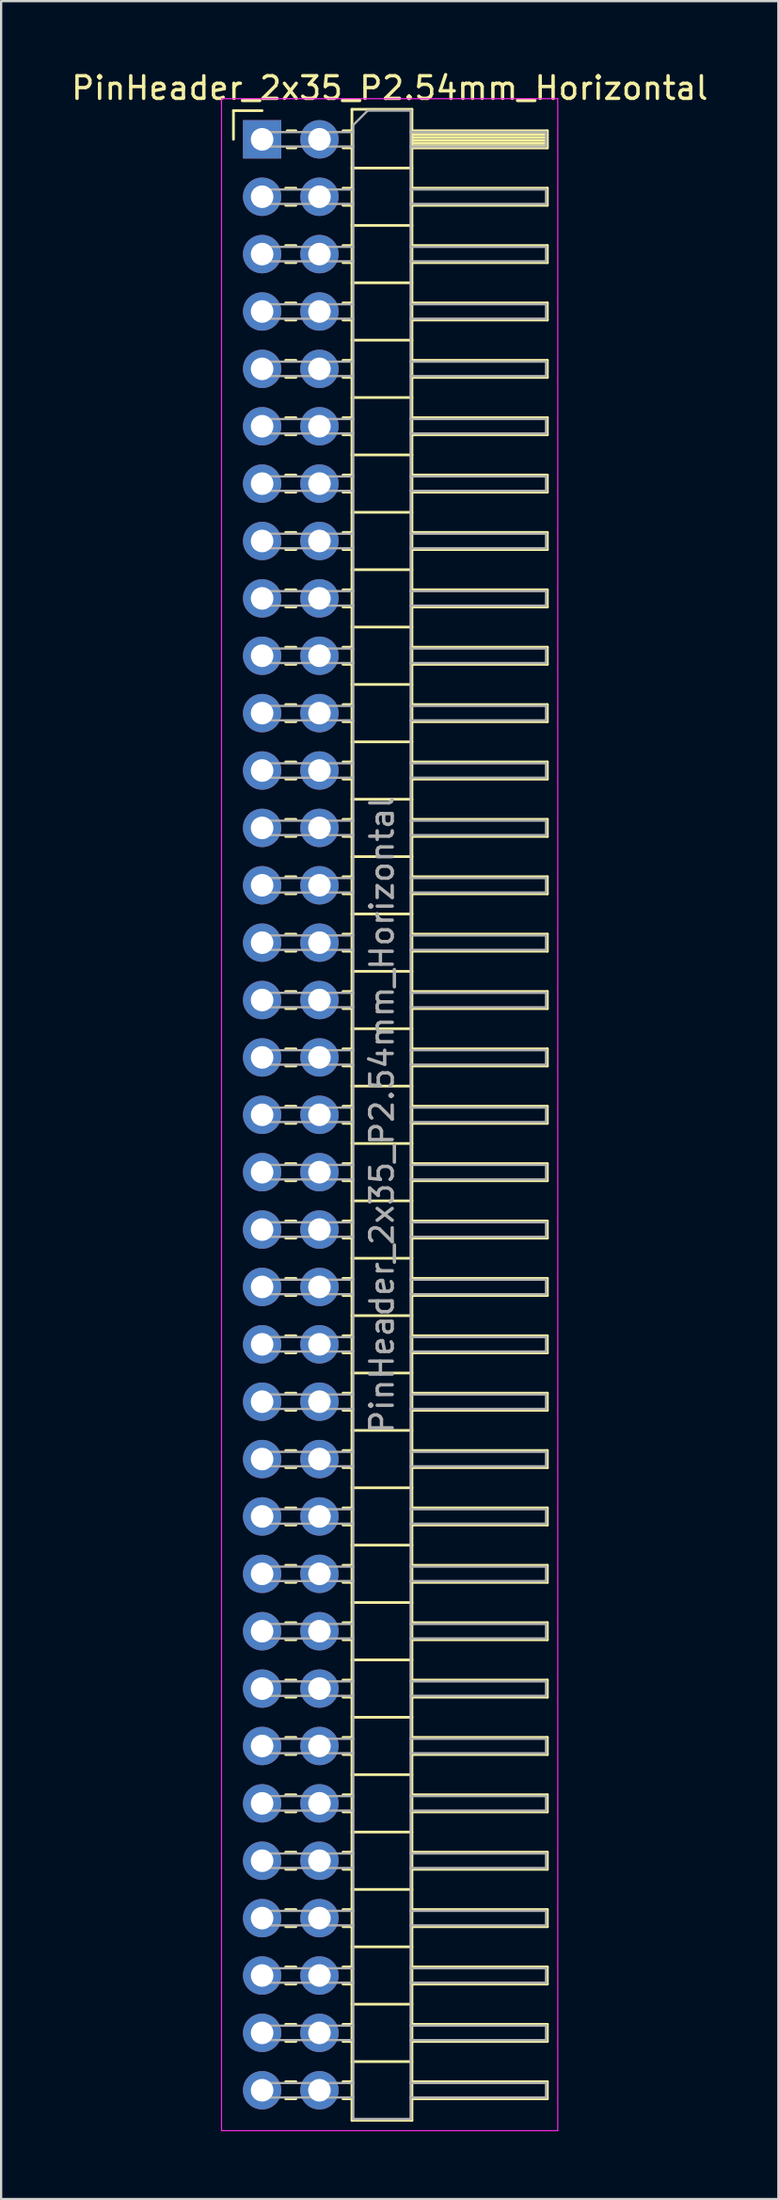
<source format=kicad_pcb>
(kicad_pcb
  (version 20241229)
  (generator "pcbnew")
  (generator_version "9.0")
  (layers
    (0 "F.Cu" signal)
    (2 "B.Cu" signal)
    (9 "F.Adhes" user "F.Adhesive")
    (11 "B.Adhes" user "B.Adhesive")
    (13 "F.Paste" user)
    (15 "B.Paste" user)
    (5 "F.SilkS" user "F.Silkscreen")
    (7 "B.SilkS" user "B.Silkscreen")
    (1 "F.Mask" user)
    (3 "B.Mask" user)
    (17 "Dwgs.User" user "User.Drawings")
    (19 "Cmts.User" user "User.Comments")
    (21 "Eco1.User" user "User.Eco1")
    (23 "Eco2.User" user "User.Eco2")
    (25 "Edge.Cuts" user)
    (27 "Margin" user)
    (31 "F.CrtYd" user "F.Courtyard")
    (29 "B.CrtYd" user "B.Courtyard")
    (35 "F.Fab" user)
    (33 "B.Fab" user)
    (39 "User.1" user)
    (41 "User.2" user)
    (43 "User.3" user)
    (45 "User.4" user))
  (footprint "PinHeader_2x35_P2.54mm_Horizontal"
    (layer "F.Cu")
    (at 8.565 3.118)
    (property "Reference" "PinHeader_2x35_P2.54mm_Horizontal" (at 5.655 -2.27 0) (layer "F.SilkS") (effects (font (size 1 1) (thickness 0.15))))
    (attr through_hole)
    (fp_line (start -1.27 -1.27) (end 0 -1.27) (stroke (width 0.12) (type solid)) (layer "F.SilkS"))
    (fp_line (start -1.27 0) (end -1.27 -1.27) (stroke (width 0.12) (type solid)) (layer "F.SilkS"))
    (fp_line (start 1.043 2.16) (end 1.497 2.16) (stroke (width 0.12) (type solid)) (layer "F.SilkS"))
    (fp_line (start 1.043 2.92) (end 1.497 2.92) (stroke (width 0.12) (type solid)) (layer "F.SilkS"))
    (fp_line (start 1.043 4.7) (end 1.497 4.7) (stroke (width 0.12) (type solid)) (layer "F.SilkS"))
    (fp_line (start 1.043 5.46) (end 1.497 5.46) (stroke (width 0.12) (type solid)) (layer "F.SilkS"))
    (fp_line (start 1.043 7.24) (end 1.497 7.24) (stroke (width 0.12) (type solid)) (layer "F.SilkS"))
    (fp_line (start 1.043 8) (end 1.497 8) (stroke (width 0.12) (type solid)) (layer "F.SilkS"))
    (fp_line (start 1.043 9.78) (end 1.497 9.78) (stroke (width 0.12) (type solid)) (layer "F.SilkS"))
    (fp_line (start 1.043 10.54) (end 1.497 10.54) (stroke (width 0.12) (type solid)) (layer "F.SilkS"))
    (fp_line (start 1.043 12.32) (end 1.497 12.32) (stroke (width 0.12) (type solid)) (layer "F.SilkS"))
    (fp_line (start 1.043 13.08) (end 1.497 13.08) (stroke (width 0.12) (type solid)) (layer "F.SilkS"))
    (fp_line (start 1.043 14.86) (end 1.497 14.86) (stroke (width 0.12) (type solid)) (layer "F.SilkS"))
    (fp_line (start 1.043 15.62) (end 1.497 15.62) (stroke (width 0.12) (type solid)) (layer "F.SilkS"))
    (fp_line (start 1.043 17.4) (end 1.497 17.4) (stroke (width 0.12) (type solid)) (layer "F.SilkS"))
    (fp_line (start 1.043 18.16) (end 1.497 18.16) (stroke (width 0.12) (type solid)) (layer "F.SilkS"))
    (fp_line (start 1.043 19.94) (end 1.497 19.94) (stroke (width 0.12) (type solid)) (layer "F.SilkS"))
    (fp_line (start 1.043 20.7) (end 1.497 20.7) (stroke (width 0.12) (type solid)) (layer "F.SilkS"))
    (fp_line (start 1.043 22.48) (end 1.497 22.48) (stroke (width 0.12) (type solid)) (layer "F.SilkS"))
    (fp_line (start 1.043 23.24) (end 1.497 23.24) (stroke (width 0.12) (type solid)) (layer "F.SilkS"))
    (fp_line (start 1.043 25.02) (end 1.497 25.02) (stroke (width 0.12) (type solid)) (layer "F.SilkS"))
    (fp_line (start 1.043 25.78) (end 1.497 25.78) (stroke (width 0.12) (type solid)) (layer "F.SilkS"))
    (fp_line (start 1.043 27.56) (end 1.497 27.56) (stroke (width 0.12) (type solid)) (layer "F.SilkS"))
    (fp_line (start 1.043 28.32) (end 1.497 28.32) (stroke (width 0.12) (type solid)) (layer "F.SilkS"))
    (fp_line (start 1.043 30.1) (end 1.497 30.1) (stroke (width 0.12) (type solid)) (layer "F.SilkS"))
    (fp_line (start 1.043 30.86) (end 1.497 30.86) (stroke (width 0.12) (type solid)) (layer "F.SilkS"))
    (fp_line (start 1.043 32.64) (end 1.497 32.64) (stroke (width 0.12) (type solid)) (layer "F.SilkS"))
    (fp_line (start 1.043 33.4) (end 1.497 33.4) (stroke (width 0.12) (type solid)) (layer "F.SilkS"))
    (fp_line (start 1.043 35.18) (end 1.497 35.18) (stroke (width 0.12) (type solid)) (layer "F.SilkS"))
    (fp_line (start 1.043 35.94) (end 1.497 35.94) (stroke (width 0.12) (type solid)) (layer "F.SilkS"))
    (fp_line (start 1.043 37.72) (end 1.497 37.72) (stroke (width 0.12) (type solid)) (layer "F.SilkS"))
    (fp_line (start 1.043 38.48) (end 1.497 38.48) (stroke (width 0.12) (type solid)) (layer "F.SilkS"))
    (fp_line (start 1.043 40.26) (end 1.497 40.26) (stroke (width 0.12) (type solid)) (layer "F.SilkS"))
    (fp_line (start 1.043 41.02) (end 1.497 41.02) (stroke (width 0.12) (type solid)) (layer "F.SilkS"))
    (fp_line (start 1.043 42.8) (end 1.497 42.8) (stroke (width 0.12) (type solid)) (layer "F.SilkS"))
    (fp_line (start 1.043 43.56) (end 1.497 43.56) (stroke (width 0.12) (type solid)) (layer "F.SilkS"))
    (fp_line (start 1.043 45.34) (end 1.497 45.34) (stroke (width 0.12) (type solid)) (layer "F.SilkS"))
    (fp_line (start 1.043 46.1) (end 1.497 46.1) (stroke (width 0.12) (type solid)) (layer "F.SilkS"))
    (fp_line (start 1.043 47.88) (end 1.497 47.88) (stroke (width 0.12) (type solid)) (layer "F.SilkS"))
    (fp_line (start 1.043 48.64) (end 1.497 48.64) (stroke (width 0.12) (type solid)) (layer "F.SilkS"))
    (fp_line (start 1.043 50.42) (end 1.497 50.42) (stroke (width 0.12) (type solid)) (layer "F.SilkS"))
    (fp_line (start 1.043 51.18) (end 1.497 51.18) (stroke (width 0.12) (type solid)) (layer "F.SilkS"))
    (fp_line (start 1.043 52.96) (end 1.497 52.96) (stroke (width 0.12) (type solid)) (layer "F.SilkS"))
    (fp_line (start 1.043 53.72) (end 1.497 53.72) (stroke (width 0.12) (type solid)) (layer "F.SilkS"))
    (fp_line (start 1.043 55.5) (end 1.497 55.5) (stroke (width 0.12) (type solid)) (layer "F.SilkS"))
    (fp_line (start 1.043 56.26) (end 1.497 56.26) (stroke (width 0.12) (type solid)) (layer "F.SilkS"))
    (fp_line (start 1.043 58.04) (end 1.497 58.04) (stroke (width 0.12) (type solid)) (layer "F.SilkS"))
    (fp_line (start 1.043 58.8) (end 1.497 58.8) (stroke (width 0.12) (type solid)) (layer "F.SilkS"))
    (fp_line (start 1.043 60.58) (end 1.497 60.58) (stroke (width 0.12) (type solid)) (layer "F.SilkS"))
    (fp_line (start 1.043 61.34) (end 1.497 61.34) (stroke (width 0.12) (type solid)) (layer "F.SilkS"))
    (fp_line (start 1.043 63.12) (end 1.497 63.12) (stroke (width 0.12) (type solid)) (layer "F.SilkS"))
    (fp_line (start 1.043 63.88) (end 1.497 63.88) (stroke (width 0.12) (type solid)) (layer "F.SilkS"))
    (fp_line (start 1.043 65.66) (end 1.497 65.66) (stroke (width 0.12) (type solid)) (layer "F.SilkS"))
    (fp_line (start 1.043 66.42) (end 1.497 66.42) (stroke (width 0.12) (type solid)) (layer "F.SilkS"))
    (fp_line (start 1.043 68.2) (end 1.497 68.2) (stroke (width 0.12) (type solid)) (layer "F.SilkS"))
    (fp_line (start 1.043 68.96) (end 1.497 68.96) (stroke (width 0.12) (type solid)) (layer "F.SilkS"))
    (fp_line (start 1.043 70.74) (end 1.497 70.74) (stroke (width 0.12) (type solid)) (layer "F.SilkS"))
    (fp_line (start 1.043 71.5) (end 1.497 71.5) (stroke (width 0.12) (type solid)) (layer "F.SilkS"))
    (fp_line (start 1.043 73.28) (end 1.497 73.28) (stroke (width 0.12) (type solid)) (layer "F.SilkS"))
    (fp_line (start 1.043 74.04) (end 1.497 74.04) (stroke (width 0.12) (type solid)) (layer "F.SilkS"))
    (fp_line (start 1.043 75.82) (end 1.497 75.82) (stroke (width 0.12) (type solid)) (layer "F.SilkS"))
    (fp_line (start 1.043 76.58) (end 1.497 76.58) (stroke (width 0.12) (type solid)) (layer "F.SilkS"))
    (fp_line (start 1.043 78.36) (end 1.497 78.36) (stroke (width 0.12) (type solid)) (layer "F.SilkS"))
    (fp_line (start 1.043 79.12) (end 1.497 79.12) (stroke (width 0.12) (type solid)) (layer "F.SilkS"))
    (fp_line (start 1.043 80.9) (end 1.497 80.9) (stroke (width 0.12) (type solid)) (layer "F.SilkS"))
    (fp_line (start 1.043 81.66) (end 1.497 81.66) (stroke (width 0.12) (type solid)) (layer "F.SilkS"))
    (fp_line (start 1.043 83.44) (end 1.497 83.44) (stroke (width 0.12) (type solid)) (layer "F.SilkS"))
    (fp_line (start 1.043 84.2) (end 1.497 84.2) (stroke (width 0.12) (type solid)) (layer "F.SilkS"))
    (fp_line (start 1.043 85.98) (end 1.497 85.98) (stroke (width 0.12) (type solid)) (layer "F.SilkS"))
    (fp_line (start 1.043 86.74) (end 1.497 86.74) (stroke (width 0.12) (type solid)) (layer "F.SilkS"))
    (fp_line (start 1.11 -0.38) (end 1.497 -0.38) (stroke (width 0.12) (type solid)) (layer "F.SilkS"))
    (fp_line (start 1.11 0.38) (end 1.497 0.38) (stroke (width 0.12) (type solid)) (layer "F.SilkS"))
    (fp_line (start 3.583 -0.38) (end 3.98 -0.38) (stroke (width 0.12) (type solid)) (layer "F.SilkS"))
    (fp_line (start 3.583 0.38) (end 3.98 0.38) (stroke (width 0.12) (type solid)) (layer "F.SilkS"))
    (fp_line (start 3.583 2.16) (end 3.98 2.16) (stroke (width 0.12) (type solid)) (layer "F.SilkS"))
    (fp_line (start 3.583 2.92) (end 3.98 2.92) (stroke (width 0.12) (type solid)) (layer "F.SilkS"))
    (fp_line (start 3.583 4.7) (end 3.98 4.7) (stroke (width 0.12) (type solid)) (layer "F.SilkS"))
    (fp_line (start 3.583 5.46) (end 3.98 5.46) (stroke (width 0.12) (type solid)) (layer "F.SilkS"))
    (fp_line (start 3.583 7.24) (end 3.98 7.24) (stroke (width 0.12) (type solid)) (layer "F.SilkS"))
    (fp_line (start 3.583 8) (end 3.98 8) (stroke (width 0.12) (type solid)) (layer "F.SilkS"))
    (fp_line (start 3.583 9.78) (end 3.98 9.78) (stroke (width 0.12) (type solid)) (layer "F.SilkS"))
    (fp_line (start 3.583 10.54) (end 3.98 10.54) (stroke (width 0.12) (type solid)) (layer "F.SilkS"))
    (fp_line (start 3.583 12.32) (end 3.98 12.32) (stroke (width 0.12) (type solid)) (layer "F.SilkS"))
    (fp_line (start 3.583 13.08) (end 3.98 13.08) (stroke (width 0.12) (type solid)) (layer "F.SilkS"))
    (fp_line (start 3.583 14.86) (end 3.98 14.86) (stroke (width 0.12) (type solid)) (layer "F.SilkS"))
    (fp_line (start 3.583 15.62) (end 3.98 15.62) (stroke (width 0.12) (type solid)) (layer "F.SilkS"))
    (fp_line (start 3.583 17.4) (end 3.98 17.4) (stroke (width 0.12) (type solid)) (layer "F.SilkS"))
    (fp_line (start 3.583 18.16) (end 3.98 18.16) (stroke (width 0.12) (type solid)) (layer "F.SilkS"))
    (fp_line (start 3.583 19.94) (end 3.98 19.94) (stroke (width 0.12) (type solid)) (layer "F.SilkS"))
    (fp_line (start 3.583 20.7) (end 3.98 20.7) (stroke (width 0.12) (type solid)) (layer "F.SilkS"))
    (fp_line (start 3.583 22.48) (end 3.98 22.48) (stroke (width 0.12) (type solid)) (layer "F.SilkS"))
    (fp_line (start 3.583 23.24) (end 3.98 23.24) (stroke (width 0.12) (type solid)) (layer "F.SilkS"))
    (fp_line (start 3.583 25.02) (end 3.98 25.02) (stroke (width 0.12) (type solid)) (layer "F.SilkS"))
    (fp_line (start 3.583 25.78) (end 3.98 25.78) (stroke (width 0.12) (type solid)) (layer "F.SilkS"))
    (fp_line (start 3.583 27.56) (end 3.98 27.56) (stroke (width 0.12) (type solid)) (layer "F.SilkS"))
    (fp_line (start 3.583 28.32) (end 3.98 28.32) (stroke (width 0.12) (type solid)) (layer "F.SilkS"))
    (fp_line (start 3.583 30.1) (end 3.98 30.1) (stroke (width 0.12) (type solid)) (layer "F.SilkS"))
    (fp_line (start 3.583 30.86) (end 3.98 30.86) (stroke (width 0.12) (type solid)) (layer "F.SilkS"))
    (fp_line (start 3.583 32.64) (end 3.98 32.64) (stroke (width 0.12) (type solid)) (layer "F.SilkS"))
    (fp_line (start 3.583 33.4) (end 3.98 33.4) (stroke (width 0.12) (type solid)) (layer "F.SilkS"))
    (fp_line (start 3.583 35.18) (end 3.98 35.18) (stroke (width 0.12) (type solid)) (layer "F.SilkS"))
    (fp_line (start 3.583 35.94) (end 3.98 35.94) (stroke (width 0.12) (type solid)) (layer "F.SilkS"))
    (fp_line (start 3.583 37.72) (end 3.98 37.72) (stroke (width 0.12) (type solid)) (layer "F.SilkS"))
    (fp_line (start 3.583 38.48) (end 3.98 38.48) (stroke (width 0.12) (type solid)) (layer "F.SilkS"))
    (fp_line (start 3.583 40.26) (end 3.98 40.26) (stroke (width 0.12) (type solid)) (layer "F.SilkS"))
    (fp_line (start 3.583 41.02) (end 3.98 41.02) (stroke (width 0.12) (type solid)) (layer "F.SilkS"))
    (fp_line (start 3.583 42.8) (end 3.98 42.8) (stroke (width 0.12) (type solid)) (layer "F.SilkS"))
    (fp_line (start 3.583 43.56) (end 3.98 43.56) (stroke (width 0.12) (type solid)) (layer "F.SilkS"))
    (fp_line (start 3.583 45.34) (end 3.98 45.34) (stroke (width 0.12) (type solid)) (layer "F.SilkS"))
    (fp_line (start 3.583 46.1) (end 3.98 46.1) (stroke (width 0.12) (type solid)) (layer "F.SilkS"))
    (fp_line (start 3.583 47.88) (end 3.98 47.88) (stroke (width 0.12) (type solid)) (layer "F.SilkS"))
    (fp_line (start 3.583 48.64) (end 3.98 48.64) (stroke (width 0.12) (type solid)) (layer "F.SilkS"))
    (fp_line (start 3.583 50.42) (end 3.98 50.42) (stroke (width 0.12) (type solid)) (layer "F.SilkS"))
    (fp_line (start 3.583 51.18) (end 3.98 51.18) (stroke (width 0.12) (type solid)) (layer "F.SilkS"))
    (fp_line (start 3.583 52.96) (end 3.98 52.96) (stroke (width 0.12) (type solid)) (layer "F.SilkS"))
    (fp_line (start 3.583 53.72) (end 3.98 53.72) (stroke (width 0.12) (type solid)) (layer "F.SilkS"))
    (fp_line (start 3.583 55.5) (end 3.98 55.5) (stroke (width 0.12) (type solid)) (layer "F.SilkS"))
    (fp_line (start 3.583 56.26) (end 3.98 56.26) (stroke (width 0.12) (type solid)) (layer "F.SilkS"))
    (fp_line (start 3.583 58.04) (end 3.98 58.04) (stroke (width 0.12) (type solid)) (layer "F.SilkS"))
    (fp_line (start 3.583 58.8) (end 3.98 58.8) (stroke (width 0.12) (type solid)) (layer "F.SilkS"))
    (fp_line (start 3.583 60.58) (end 3.98 60.58) (stroke (width 0.12) (type solid)) (layer "F.SilkS"))
    (fp_line (start 3.583 61.34) (end 3.98 61.34) (stroke (width 0.12) (type solid)) (layer "F.SilkS"))
    (fp_line (start 3.583 63.12) (end 3.98 63.12) (stroke (width 0.12) (type solid)) (layer "F.SilkS"))
    (fp_line (start 3.583 63.88) (end 3.98 63.88) (stroke (width 0.12) (type solid)) (layer "F.SilkS"))
    (fp_line (start 3.583 65.66) (end 3.98 65.66) (stroke (width 0.12) (type solid)) (layer "F.SilkS"))
    (fp_line (start 3.583 66.42) (end 3.98 66.42) (stroke (width 0.12) (type solid)) (layer "F.SilkS"))
    (fp_line (start 3.583 68.2) (end 3.98 68.2) (stroke (width 0.12) (type solid)) (layer "F.SilkS"))
    (fp_line (start 3.583 68.96) (end 3.98 68.96) (stroke (width 0.12) (type solid)) (layer "F.SilkS"))
    (fp_line (start 3.583 70.74) (end 3.98 70.74) (stroke (width 0.12) (type solid)) (layer "F.SilkS"))
    (fp_line (start 3.583 71.5) (end 3.98 71.5) (stroke (width 0.12) (type solid)) (layer "F.SilkS"))
    (fp_line (start 3.583 73.28) (end 3.98 73.28) (stroke (width 0.12) (type solid)) (layer "F.SilkS"))
    (fp_line (start 3.583 74.04) (end 3.98 74.04) (stroke (width 0.12) (type solid)) (layer "F.SilkS"))
    (fp_line (start 3.583 75.82) (end 3.98 75.82) (stroke (width 0.12) (type solid)) (layer "F.SilkS"))
    (fp_line (start 3.583 76.58) (end 3.98 76.58) (stroke (width 0.12) (type solid)) (layer "F.SilkS"))
    (fp_line (start 3.583 78.36) (end 3.98 78.36) (stroke (width 0.12) (type solid)) (layer "F.SilkS"))
    (fp_line (start 3.583 79.12) (end 3.98 79.12) (stroke (width 0.12) (type solid)) (layer "F.SilkS"))
    (fp_line (start 3.583 80.9) (end 3.98 80.9) (stroke (width 0.12) (type solid)) (layer "F.SilkS"))
    (fp_line (start 3.583 81.66) (end 3.98 81.66) (stroke (width 0.12) (type solid)) (layer "F.SilkS"))
    (fp_line (start 3.583 83.44) (end 3.98 83.44) (stroke (width 0.12) (type solid)) (layer "F.SilkS"))
    (fp_line (start 3.583 84.2) (end 3.98 84.2) (stroke (width 0.12) (type solid)) (layer "F.SilkS"))
    (fp_line (start 3.583 85.98) (end 3.98 85.98) (stroke (width 0.12) (type solid)) (layer "F.SilkS"))
    (fp_line (start 3.583 86.74) (end 3.98 86.74) (stroke (width 0.12) (type solid)) (layer "F.SilkS"))
    (fp_line (start 3.98 -1.33) (end 3.98 87.69) (stroke (width 0.12) (type solid)) (layer "F.SilkS"))
    (fp_line (start 3.98 1.27) (end 6.64 1.27) (stroke (width 0.12) (type solid)) (layer "F.SilkS"))
    (fp_line (start 3.98 3.81) (end 6.64 3.81) (stroke (width 0.12) (type solid)) (layer "F.SilkS"))
    (fp_line (start 3.98 6.35) (end 6.64 6.35) (stroke (width 0.12) (type solid)) (layer "F.SilkS"))
    (fp_line (start 3.98 8.89) (end 6.64 8.89) (stroke (width 0.12) (type solid)) (layer "F.SilkS"))
    (fp_line (start 3.98 11.43) (end 6.64 11.43) (stroke (width 0.12) (type solid)) (layer "F.SilkS"))
    (fp_line (start 3.98 13.97) (end 6.64 13.97) (stroke (width 0.12) (type solid)) (layer "F.SilkS"))
    (fp_line (start 3.98 16.51) (end 6.64 16.51) (stroke (width 0.12) (type solid)) (layer "F.SilkS"))
    (fp_line (start 3.98 19.05) (end 6.64 19.05) (stroke (width 0.12) (type solid)) (layer "F.SilkS"))
    (fp_line (start 3.98 21.59) (end 6.64 21.59) (stroke (width 0.12) (type solid)) (layer "F.SilkS"))
    (fp_line (start 3.98 24.13) (end 6.64 24.13) (stroke (width 0.12) (type solid)) (layer "F.SilkS"))
    (fp_line (start 3.98 26.67) (end 6.64 26.67) (stroke (width 0.12) (type solid)) (layer "F.SilkS"))
    (fp_line (start 3.98 29.21) (end 6.64 29.21) (stroke (width 0.12) (type solid)) (layer "F.SilkS"))
    (fp_line (start 3.98 31.75) (end 6.64 31.75) (stroke (width 0.12) (type solid)) (layer "F.SilkS"))
    (fp_line (start 3.98 34.29) (end 6.64 34.29) (stroke (width 0.12) (type solid)) (layer "F.SilkS"))
    (fp_line (start 3.98 36.83) (end 6.64 36.83) (stroke (width 0.12) (type solid)) (layer "F.SilkS"))
    (fp_line (start 3.98 39.37) (end 6.64 39.37) (stroke (width 0.12) (type solid)) (layer "F.SilkS"))
    (fp_line (start 3.98 41.91) (end 6.64 41.91) (stroke (width 0.12) (type solid)) (layer "F.SilkS"))
    (fp_line (start 3.98 44.45) (end 6.64 44.45) (stroke (width 0.12) (type solid)) (layer "F.SilkS"))
    (fp_line (start 3.98 46.99) (end 6.64 46.99) (stroke (width 0.12) (type solid)) (layer "F.SilkS"))
    (fp_line (start 3.98 49.53) (end 6.64 49.53) (stroke (width 0.12) (type solid)) (layer "F.SilkS"))
    (fp_line (start 3.98 52.07) (end 6.64 52.07) (stroke (width 0.12) (type solid)) (layer "F.SilkS"))
    (fp_line (start 3.98 54.61) (end 6.64 54.61) (stroke (width 0.12) (type solid)) (layer "F.SilkS"))
    (fp_line (start 3.98 57.15) (end 6.64 57.15) (stroke (width 0.12) (type solid)) (layer "F.SilkS"))
    (fp_line (start 3.98 59.69) (end 6.64 59.69) (stroke (width 0.12) (type solid)) (layer "F.SilkS"))
    (fp_line (start 3.98 62.23) (end 6.64 62.23) (stroke (width 0.12) (type solid)) (layer "F.SilkS"))
    (fp_line (start 3.98 64.77) (end 6.64 64.77) (stroke (width 0.12) (type solid)) (layer "F.SilkS"))
    (fp_line (start 3.98 67.31) (end 6.64 67.31) (stroke (width 0.12) (type solid)) (layer "F.SilkS"))
    (fp_line (start 3.98 69.85) (end 6.64 69.85) (stroke (width 0.12) (type solid)) (layer "F.SilkS"))
    (fp_line (start 3.98 72.39) (end 6.64 72.39) (stroke (width 0.12) (type solid)) (layer "F.SilkS"))
    (fp_line (start 3.98 74.93) (end 6.64 74.93) (stroke (width 0.12) (type solid)) (layer "F.SilkS"))
    (fp_line (start 3.98 77.47) (end 6.64 77.47) (stroke (width 0.12) (type solid)) (layer "F.SilkS"))
    (fp_line (start 3.98 80.01) (end 6.64 80.01) (stroke (width 0.12) (type solid)) (layer "F.SilkS"))
    (fp_line (start 3.98 82.55) (end 6.64 82.55) (stroke (width 0.12) (type solid)) (layer "F.SilkS"))
    (fp_line (start 3.98 85.09) (end 6.64 85.09) (stroke (width 0.12) (type solid)) (layer "F.SilkS"))
    (fp_line (start 3.98 87.69) (end 6.64 87.69) (stroke (width 0.12) (type solid)) (layer "F.SilkS"))
    (fp_line (start 6.64 -1.33) (end 3.98 -1.33) (stroke (width 0.12) (type solid)) (layer "F.SilkS"))
    (fp_line (start 6.64 -0.38) (end 12.64 -0.38) (stroke (width 0.12) (type solid)) (layer "F.SilkS"))
    (fp_line (start 6.64 -0.32) (end 12.64 -0.32) (stroke (width 0.12) (type solid)) (layer "F.SilkS"))
    (fp_line (start 6.64 -0.2) (end 12.64 -0.2) (stroke (width 0.12) (type solid)) (layer "F.SilkS"))
    (fp_line (start 6.64 -0.08) (end 12.64 -0.08) (stroke (width 0.12) (type solid)) (layer "F.SilkS"))
    (fp_line (start 6.64 0.04) (end 12.64 0.04) (stroke (width 0.12) (type solid)) (layer "F.SilkS"))
    (fp_line (start 6.64 0.16) (end 12.64 0.16) (stroke (width 0.12) (type solid)) (layer "F.SilkS"))
    (fp_line (start 6.64 0.28) (end 12.64 0.28) (stroke (width 0.12) (type solid)) (layer "F.SilkS"))
    (fp_line (start 6.64 2.16) (end 12.64 2.16) (stroke (width 0.12) (type solid)) (layer "F.SilkS"))
    (fp_line (start 6.64 4.7) (end 12.64 4.7) (stroke (width 0.12) (type solid)) (layer "F.SilkS"))
    (fp_line (start 6.64 7.24) (end 12.64 7.24) (stroke (width 0.12) (type solid)) (layer "F.SilkS"))
    (fp_line (start 6.64 9.78) (end 12.64 9.78) (stroke (width 0.12) (type solid)) (layer "F.SilkS"))
    (fp_line (start 6.64 12.32) (end 12.64 12.32) (stroke (width 0.12) (type solid)) (layer "F.SilkS"))
    (fp_line (start 6.64 14.86) (end 12.64 14.86) (stroke (width 0.12) (type solid)) (layer "F.SilkS"))
    (fp_line (start 6.64 17.4) (end 12.64 17.4) (stroke (width 0.12) (type solid)) (layer "F.SilkS"))
    (fp_line (start 6.64 19.94) (end 12.64 19.94) (stroke (width 0.12) (type solid)) (layer "F.SilkS"))
    (fp_line (start 6.64 22.48) (end 12.64 22.48) (stroke (width 0.12) (type solid)) (layer "F.SilkS"))
    (fp_line (start 6.64 25.02) (end 12.64 25.02) (stroke (width 0.12) (type solid)) (layer "F.SilkS"))
    (fp_line (start 6.64 27.56) (end 12.64 27.56) (stroke (width 0.12) (type solid)) (layer "F.SilkS"))
    (fp_line (start 6.64 30.1) (end 12.64 30.1) (stroke (width 0.12) (type solid)) (layer "F.SilkS"))
    (fp_line (start 6.64 32.64) (end 12.64 32.64) (stroke (width 0.12) (type solid)) (layer "F.SilkS"))
    (fp_line (start 6.64 35.18) (end 12.64 35.18) (stroke (width 0.12) (type solid)) (layer "F.SilkS"))
    (fp_line (start 6.64 37.72) (end 12.64 37.72) (stroke (width 0.12) (type solid)) (layer "F.SilkS"))
    (fp_line (start 6.64 40.26) (end 12.64 40.26) (stroke (width 0.12) (type solid)) (layer "F.SilkS"))
    (fp_line (start 6.64 42.8) (end 12.64 42.8) (stroke (width 0.12) (type solid)) (layer "F.SilkS"))
    (fp_line (start 6.64 45.34) (end 12.64 45.34) (stroke (width 0.12) (type solid)) (layer "F.SilkS"))
    (fp_line (start 6.64 47.88) (end 12.64 47.88) (stroke (width 0.12) (type solid)) (layer "F.SilkS"))
    (fp_line (start 6.64 50.42) (end 12.64 50.42) (stroke (width 0.12) (type solid)) (layer "F.SilkS"))
    (fp_line (start 6.64 52.96) (end 12.64 52.96) (stroke (width 0.12) (type solid)) (layer "F.SilkS"))
    (fp_line (start 6.64 55.5) (end 12.64 55.5) (stroke (width 0.12) (type solid)) (layer "F.SilkS"))
    (fp_line (start 6.64 58.04) (end 12.64 58.04) (stroke (width 0.12) (type solid)) (layer "F.SilkS"))
    (fp_line (start 6.64 60.58) (end 12.64 60.58) (stroke (width 0.12) (type solid)) (layer "F.SilkS"))
    (fp_line (start 6.64 63.12) (end 12.64 63.12) (stroke (width 0.12) (type solid)) (layer "F.SilkS"))
    (fp_line (start 6.64 65.66) (end 12.64 65.66) (stroke (width 0.12) (type solid)) (layer "F.SilkS"))
    (fp_line (start 6.64 68.2) (end 12.64 68.2) (stroke (width 0.12) (type solid)) (layer "F.SilkS"))
    (fp_line (start 6.64 70.74) (end 12.64 70.74) (stroke (width 0.12) (type solid)) (layer "F.SilkS"))
    (fp_line (start 6.64 73.28) (end 12.64 73.28) (stroke (width 0.12) (type solid)) (layer "F.SilkS"))
    (fp_line (start 6.64 75.82) (end 12.64 75.82) (stroke (width 0.12) (type solid)) (layer "F.SilkS"))
    (fp_line (start 6.64 78.36) (end 12.64 78.36) (stroke (width 0.12) (type solid)) (layer "F.SilkS"))
    (fp_line (start 6.64 80.9) (end 12.64 80.9) (stroke (width 0.12) (type solid)) (layer "F.SilkS"))
    (fp_line (start 6.64 83.44) (end 12.64 83.44) (stroke (width 0.12) (type solid)) (layer "F.SilkS"))
    (fp_line (start 6.64 85.98) (end 12.64 85.98) (stroke (width 0.12) (type solid)) (layer "F.SilkS"))
    (fp_line (start 6.64 87.69) (end 6.64 -1.33) (stroke (width 0.12) (type solid)) (layer "F.SilkS"))
    (fp_line (start 12.64 -0.38) (end 12.64 0.38) (stroke (width 0.12) (type solid)) (layer "F.SilkS"))
    (fp_line (start 12.64 0.38) (end 6.64 0.38) (stroke (width 0.12) (type solid)) (layer "F.SilkS"))
    (fp_line (start 12.64 2.16) (end 12.64 2.92) (stroke (width 0.12) (type solid)) (layer "F.SilkS"))
    (fp_line (start 12.64 2.92) (end 6.64 2.92) (stroke (width 0.12) (type solid)) (layer "F.SilkS"))
    (fp_line (start 12.64 4.7) (end 12.64 5.46) (stroke (width 0.12) (type solid)) (layer "F.SilkS"))
    (fp_line (start 12.64 5.46) (end 6.64 5.46) (stroke (width 0.12) (type solid)) (layer "F.SilkS"))
    (fp_line (start 12.64 7.24) (end 12.64 8) (stroke (width 0.12) (type solid)) (layer "F.SilkS"))
    (fp_line (start 12.64 8) (end 6.64 8) (stroke (width 0.12) (type solid)) (layer "F.SilkS"))
    (fp_line (start 12.64 9.78) (end 12.64 10.54) (stroke (width 0.12) (type solid)) (layer "F.SilkS"))
    (fp_line (start 12.64 10.54) (end 6.64 10.54) (stroke (width 0.12) (type solid)) (layer "F.SilkS"))
    (fp_line (start 12.64 12.32) (end 12.64 13.08) (stroke (width 0.12) (type solid)) (layer "F.SilkS"))
    (fp_line (start 12.64 13.08) (end 6.64 13.08) (stroke (width 0.12) (type solid)) (layer "F.SilkS"))
    (fp_line (start 12.64 14.86) (end 12.64 15.62) (stroke (width 0.12) (type solid)) (layer "F.SilkS"))
    (fp_line (start 12.64 15.62) (end 6.64 15.62) (stroke (width 0.12) (type solid)) (layer "F.SilkS"))
    (fp_line (start 12.64 17.4) (end 12.64 18.16) (stroke (width 0.12) (type solid)) (layer "F.SilkS"))
    (fp_line (start 12.64 18.16) (end 6.64 18.16) (stroke (width 0.12) (type solid)) (layer "F.SilkS"))
    (fp_line (start 12.64 19.94) (end 12.64 20.7) (stroke (width 0.12) (type solid)) (layer "F.SilkS"))
    (fp_line (start 12.64 20.7) (end 6.64 20.7) (stroke (width 0.12) (type solid)) (layer "F.SilkS"))
    (fp_line (start 12.64 22.48) (end 12.64 23.24) (stroke (width 0.12) (type solid)) (layer "F.SilkS"))
    (fp_line (start 12.64 23.24) (end 6.64 23.24) (stroke (width 0.12) (type solid)) (layer "F.SilkS"))
    (fp_line (start 12.64 25.02) (end 12.64 25.78) (stroke (width 0.12) (type solid)) (layer "F.SilkS"))
    (fp_line (start 12.64 25.78) (end 6.64 25.78) (stroke (width 0.12) (type solid)) (layer "F.SilkS"))
    (fp_line (start 12.64 27.56) (end 12.64 28.32) (stroke (width 0.12) (type solid)) (layer "F.SilkS"))
    (fp_line (start 12.64 28.32) (end 6.64 28.32) (stroke (width 0.12) (type solid)) (layer "F.SilkS"))
    (fp_line (start 12.64 30.1) (end 12.64 30.86) (stroke (width 0.12) (type solid)) (layer "F.SilkS"))
    (fp_line (start 12.64 30.86) (end 6.64 30.86) (stroke (width 0.12) (type solid)) (layer "F.SilkS"))
    (fp_line (start 12.64 32.64) (end 12.64 33.4) (stroke (width 0.12) (type solid)) (layer "F.SilkS"))
    (fp_line (start 12.64 33.4) (end 6.64 33.4) (stroke (width 0.12) (type solid)) (layer "F.SilkS"))
    (fp_line (start 12.64 35.18) (end 12.64 35.94) (stroke (width 0.12) (type solid)) (layer "F.SilkS"))
    (fp_line (start 12.64 35.94) (end 6.64 35.94) (stroke (width 0.12) (type solid)) (layer "F.SilkS"))
    (fp_line (start 12.64 37.72) (end 12.64 38.48) (stroke (width 0.12) (type solid)) (layer "F.SilkS"))
    (fp_line (start 12.64 38.48) (end 6.64 38.48) (stroke (width 0.12) (type solid)) (layer "F.SilkS"))
    (fp_line (start 12.64 40.26) (end 12.64 41.02) (stroke (width 0.12) (type solid)) (layer "F.SilkS"))
    (fp_line (start 12.64 41.02) (end 6.64 41.02) (stroke (width 0.12) (type solid)) (layer "F.SilkS"))
    (fp_line (start 12.64 42.8) (end 12.64 43.56) (stroke (width 0.12) (type solid)) (layer "F.SilkS"))
    (fp_line (start 12.64 43.56) (end 6.64 43.56) (stroke (width 0.12) (type solid)) (layer "F.SilkS"))
    (fp_line (start 12.64 45.34) (end 12.64 46.1) (stroke (width 0.12) (type solid)) (layer "F.SilkS"))
    (fp_line (start 12.64 46.1) (end 6.64 46.1) (stroke (width 0.12) (type solid)) (layer "F.SilkS"))
    (fp_line (start 12.64 47.88) (end 12.64 48.64) (stroke (width 0.12) (type solid)) (layer "F.SilkS"))
    (fp_line (start 12.64 48.64) (end 6.64 48.64) (stroke (width 0.12) (type solid)) (layer "F.SilkS"))
    (fp_line (start 12.64 50.42) (end 12.64 51.18) (stroke (width 0.12) (type solid)) (layer "F.SilkS"))
    (fp_line (start 12.64 51.18) (end 6.64 51.18) (stroke (width 0.12) (type solid)) (layer "F.SilkS"))
    (fp_line (start 12.64 52.96) (end 12.64 53.72) (stroke (width 0.12) (type solid)) (layer "F.SilkS"))
    (fp_line (start 12.64 53.72) (end 6.64 53.72) (stroke (width 0.12) (type solid)) (layer "F.SilkS"))
    (fp_line (start 12.64 55.5) (end 12.64 56.26) (stroke (width 0.12) (type solid)) (layer "F.SilkS"))
    (fp_line (start 12.64 56.26) (end 6.64 56.26) (stroke (width 0.12) (type solid)) (layer "F.SilkS"))
    (fp_line (start 12.64 58.04) (end 12.64 58.8) (stroke (width 0.12) (type solid)) (layer "F.SilkS"))
    (fp_line (start 12.64 58.8) (end 6.64 58.8) (stroke (width 0.12) (type solid)) (layer "F.SilkS"))
    (fp_line (start 12.64 60.58) (end 12.64 61.34) (stroke (width 0.12) (type solid)) (layer "F.SilkS"))
    (fp_line (start 12.64 61.34) (end 6.64 61.34) (stroke (width 0.12) (type solid)) (layer "F.SilkS"))
    (fp_line (start 12.64 63.12) (end 12.64 63.88) (stroke (width 0.12) (type solid)) (layer "F.SilkS"))
    (fp_line (start 12.64 63.88) (end 6.64 63.88) (stroke (width 0.12) (type solid)) (layer "F.SilkS"))
    (fp_line (start 12.64 65.66) (end 12.64 66.42) (stroke (width 0.12) (type solid)) (layer "F.SilkS"))
    (fp_line (start 12.64 66.42) (end 6.64 66.42) (stroke (width 0.12) (type solid)) (layer "F.SilkS"))
    (fp_line (start 12.64 68.2) (end 12.64 68.96) (stroke (width 0.12) (type solid)) (layer "F.SilkS"))
    (fp_line (start 12.64 68.96) (end 6.64 68.96) (stroke (width 0.12) (type solid)) (layer "F.SilkS"))
    (fp_line (start 12.64 70.74) (end 12.64 71.5) (stroke (width 0.12) (type solid)) (layer "F.SilkS"))
    (fp_line (start 12.64 71.5) (end 6.64 71.5) (stroke (width 0.12) (type solid)) (layer "F.SilkS"))
    (fp_line (start 12.64 73.28) (end 12.64 74.04) (stroke (width 0.12) (type solid)) (layer "F.SilkS"))
    (fp_line (start 12.64 74.04) (end 6.64 74.04) (stroke (width 0.12) (type solid)) (layer "F.SilkS"))
    (fp_line (start 12.64 75.82) (end 12.64 76.58) (stroke (width 0.12) (type solid)) (layer "F.SilkS"))
    (fp_line (start 12.64 76.58) (end 6.64 76.58) (stroke (width 0.12) (type solid)) (layer "F.SilkS"))
    (fp_line (start 12.64 78.36) (end 12.64 79.12) (stroke (width 0.12) (type solid)) (layer "F.SilkS"))
    (fp_line (start 12.64 79.12) (end 6.64 79.12) (stroke (width 0.12) (type solid)) (layer "F.SilkS"))
    (fp_line (start 12.64 80.9) (end 12.64 81.66) (stroke (width 0.12) (type solid)) (layer "F.SilkS"))
    (fp_line (start 12.64 81.66) (end 6.64 81.66) (stroke (width 0.12) (type solid)) (layer "F.SilkS"))
    (fp_line (start 12.64 83.44) (end 12.64 84.2) (stroke (width 0.12) (type solid)) (layer "F.SilkS"))
    (fp_line (start 12.64 84.2) (end 6.64 84.2) (stroke (width 0.12) (type solid)) (layer "F.SilkS"))
    (fp_line (start 12.64 85.98) (end 12.64 86.74) (stroke (width 0.12) (type solid)) (layer "F.SilkS"))
    (fp_line (start 12.64 86.74) (end 6.64 86.74) (stroke (width 0.12) (type solid)) (layer "F.SilkS"))
    (fp_line (start -1.8 -1.8) (end -1.8 88.15) (stroke (width 0.05) (type solid)) (layer "F.CrtYd"))
    (fp_line (start -1.8 88.15) (end 13.1 88.15) (stroke (width 0.05) (type solid)) (layer "F.CrtYd"))
    (fp_line (start 13.1 -1.8) (end -1.8 -1.8) (stroke (width 0.05) (type solid)) (layer "F.CrtYd"))
    (fp_line (start 13.1 88.15) (end 13.1 -1.8) (stroke (width 0.05) (type solid)) (layer "F.CrtYd"))
    (fp_line (start -0.32 -0.32) (end -0.32 0.32) (stroke (width 0.1) (type solid)) (layer "F.Fab"))
    (fp_line (start -0.32 -0.32) (end 4.04 -0.32) (stroke (width 0.1) (type solid)) (layer "F.Fab"))
    (fp_line (start -0.32 0.32) (end 4.04 0.32) (stroke (width 0.1) (type solid)) (layer "F.Fab"))
    (fp_line (start -0.32 2.22) (end -0.32 2.86) (stroke (width 0.1) (type solid)) (layer "F.Fab"))
    (fp_line (start -0.32 2.22) (end 4.04 2.22) (stroke (width 0.1) (type solid)) (layer "F.Fab"))
    (fp_line (start -0.32 2.86) (end 4.04 2.86) (stroke (width 0.1) (type solid)) (layer "F.Fab"))
    (fp_line (start -0.32 4.76) (end -0.32 5.4) (stroke (width 0.1) (type solid)) (layer "F.Fab"))
    (fp_line (start -0.32 4.76) (end 4.04 4.76) (stroke (width 0.1) (type solid)) (layer "F.Fab"))
    (fp_line (start -0.32 5.4) (end 4.04 5.4) (stroke (width 0.1) (type solid)) (layer "F.Fab"))
    (fp_line (start -0.32 7.3) (end -0.32 7.94) (stroke (width 0.1) (type solid)) (layer "F.Fab"))
    (fp_line (start -0.32 7.3) (end 4.04 7.3) (stroke (width 0.1) (type solid)) (layer "F.Fab"))
    (fp_line (start -0.32 7.94) (end 4.04 7.94) (stroke (width 0.1) (type solid)) (layer "F.Fab"))
    (fp_line (start -0.32 9.84) (end -0.32 10.48) (stroke (width 0.1) (type solid)) (layer "F.Fab"))
    (fp_line (start -0.32 9.84) (end 4.04 9.84) (stroke (width 0.1) (type solid)) (layer "F.Fab"))
    (fp_line (start -0.32 10.48) (end 4.04 10.48) (stroke (width 0.1) (type solid)) (layer "F.Fab"))
    (fp_line (start -0.32 12.38) (end -0.32 13.02) (stroke (width 0.1) (type solid)) (layer "F.Fab"))
    (fp_line (start -0.32 12.38) (end 4.04 12.38) (stroke (width 0.1) (type solid)) (layer "F.Fab"))
    (fp_line (start -0.32 13.02) (end 4.04 13.02) (stroke (width 0.1) (type solid)) (layer "F.Fab"))
    (fp_line (start -0.32 14.92) (end -0.32 15.56) (stroke (width 0.1) (type solid)) (layer "F.Fab"))
    (fp_line (start -0.32 14.92) (end 4.04 14.92) (stroke (width 0.1) (type solid)) (layer "F.Fab"))
    (fp_line (start -0.32 15.56) (end 4.04 15.56) (stroke (width 0.1) (type solid)) (layer "F.Fab"))
    (fp_line (start -0.32 17.46) (end -0.32 18.1) (stroke (width 0.1) (type solid)) (layer "F.Fab"))
    (fp_line (start -0.32 17.46) (end 4.04 17.46) (stroke (width 0.1) (type solid)) (layer "F.Fab"))
    (fp_line (start -0.32 18.1) (end 4.04 18.1) (stroke (width 0.1) (type solid)) (layer "F.Fab"))
    (fp_line (start -0.32 20) (end -0.32 20.64) (stroke (width 0.1) (type solid)) (layer "F.Fab"))
    (fp_line (start -0.32 20) (end 4.04 20) (stroke (width 0.1) (type solid)) (layer "F.Fab"))
    (fp_line (start -0.32 20.64) (end 4.04 20.64) (stroke (width 0.1) (type solid)) (layer "F.Fab"))
    (fp_line (start -0.32 22.54) (end -0.32 23.18) (stroke (width 0.1) (type solid)) (layer "F.Fab"))
    (fp_line (start -0.32 22.54) (end 4.04 22.54) (stroke (width 0.1) (type solid)) (layer "F.Fab"))
    (fp_line (start -0.32 23.18) (end 4.04 23.18) (stroke (width 0.1) (type solid)) (layer "F.Fab"))
    (fp_line (start -0.32 25.08) (end -0.32 25.72) (stroke (width 0.1) (type solid)) (layer "F.Fab"))
    (fp_line (start -0.32 25.08) (end 4.04 25.08) (stroke (width 0.1) (type solid)) (layer "F.Fab"))
    (fp_line (start -0.32 25.72) (end 4.04 25.72) (stroke (width 0.1) (type solid)) (layer "F.Fab"))
    (fp_line (start -0.32 27.62) (end -0.32 28.26) (stroke (width 0.1) (type solid)) (layer "F.Fab"))
    (fp_line (start -0.32 27.62) (end 4.04 27.62) (stroke (width 0.1) (type solid)) (layer "F.Fab"))
    (fp_line (start -0.32 28.26) (end 4.04 28.26) (stroke (width 0.1) (type solid)) (layer "F.Fab"))
    (fp_line (start -0.32 30.16) (end -0.32 30.8) (stroke (width 0.1) (type solid)) (layer "F.Fab"))
    (fp_line (start -0.32 30.16) (end 4.04 30.16) (stroke (width 0.1) (type solid)) (layer "F.Fab"))
    (fp_line (start -0.32 30.8) (end 4.04 30.8) (stroke (width 0.1) (type solid)) (layer "F.Fab"))
    (fp_line (start -0.32 32.7) (end -0.32 33.34) (stroke (width 0.1) (type solid)) (layer "F.Fab"))
    (fp_line (start -0.32 32.7) (end 4.04 32.7) (stroke (width 0.1) (type solid)) (layer "F.Fab"))
    (fp_line (start -0.32 33.34) (end 4.04 33.34) (stroke (width 0.1) (type solid)) (layer "F.Fab"))
    (fp_line (start -0.32 35.24) (end -0.32 35.88) (stroke (width 0.1) (type solid)) (layer "F.Fab"))
    (fp_line (start -0.32 35.24) (end 4.04 35.24) (stroke (width 0.1) (type solid)) (layer "F.Fab"))
    (fp_line (start -0.32 35.88) (end 4.04 35.88) (stroke (width 0.1) (type solid)) (layer "F.Fab"))
    (fp_line (start -0.32 37.78) (end -0.32 38.42) (stroke (width 0.1) (type solid)) (layer "F.Fab"))
    (fp_line (start -0.32 37.78) (end 4.04 37.78) (stroke (width 0.1) (type solid)) (layer "F.Fab"))
    (fp_line (start -0.32 38.42) (end 4.04 38.42) (stroke (width 0.1) (type solid)) (layer "F.Fab"))
    (fp_line (start -0.32 40.32) (end -0.32 40.96) (stroke (width 0.1) (type solid)) (layer "F.Fab"))
    (fp_line (start -0.32 40.32) (end 4.04 40.32) (stroke (width 0.1) (type solid)) (layer "F.Fab"))
    (fp_line (start -0.32 40.96) (end 4.04 40.96) (stroke (width 0.1) (type solid)) (layer "F.Fab"))
    (fp_line (start -0.32 42.86) (end -0.32 43.5) (stroke (width 0.1) (type solid)) (layer "F.Fab"))
    (fp_line (start -0.32 42.86) (end 4.04 42.86) (stroke (width 0.1) (type solid)) (layer "F.Fab"))
    (fp_line (start -0.32 43.5) (end 4.04 43.5) (stroke (width 0.1) (type solid)) (layer "F.Fab"))
    (fp_line (start -0.32 45.4) (end -0.32 46.04) (stroke (width 0.1) (type solid)) (layer "F.Fab"))
    (fp_line (start -0.32 45.4) (end 4.04 45.4) (stroke (width 0.1) (type solid)) (layer "F.Fab"))
    (fp_line (start -0.32 46.04) (end 4.04 46.04) (stroke (width 0.1) (type solid)) (layer "F.Fab"))
    (fp_line (start -0.32 47.94) (end -0.32 48.58) (stroke (width 0.1) (type solid)) (layer "F.Fab"))
    (fp_line (start -0.32 47.94) (end 4.04 47.94) (stroke (width 0.1) (type solid)) (layer "F.Fab"))
    (fp_line (start -0.32 48.58) (end 4.04 48.58) (stroke (width 0.1) (type solid)) (layer "F.Fab"))
    (fp_line (start -0.32 50.48) (end -0.32 51.12) (stroke (width 0.1) (type solid)) (layer "F.Fab"))
    (fp_line (start -0.32 50.48) (end 4.04 50.48) (stroke (width 0.1) (type solid)) (layer "F.Fab"))
    (fp_line (start -0.32 51.12) (end 4.04 51.12) (stroke (width 0.1) (type solid)) (layer "F.Fab"))
    (fp_line (start -0.32 53.02) (end -0.32 53.66) (stroke (width 0.1) (type solid)) (layer "F.Fab"))
    (fp_line (start -0.32 53.02) (end 4.04 53.02) (stroke (width 0.1) (type solid)) (layer "F.Fab"))
    (fp_line (start -0.32 53.66) (end 4.04 53.66) (stroke (width 0.1) (type solid)) (layer "F.Fab"))
    (fp_line (start -0.32 55.56) (end -0.32 56.2) (stroke (width 0.1) (type solid)) (layer "F.Fab"))
    (fp_line (start -0.32 55.56) (end 4.04 55.56) (stroke (width 0.1) (type solid)) (layer "F.Fab"))
    (fp_line (start -0.32 56.2) (end 4.04 56.2) (stroke (width 0.1) (type solid)) (layer "F.Fab"))
    (fp_line (start -0.32 58.1) (end -0.32 58.74) (stroke (width 0.1) (type solid)) (layer "F.Fab"))
    (fp_line (start -0.32 58.1) (end 4.04 58.1) (stroke (width 0.1) (type solid)) (layer "F.Fab"))
    (fp_line (start -0.32 58.74) (end 4.04 58.74) (stroke (width 0.1) (type solid)) (layer "F.Fab"))
    (fp_line (start -0.32 60.64) (end -0.32 61.28) (stroke (width 0.1) (type solid)) (layer "F.Fab"))
    (fp_line (start -0.32 60.64) (end 4.04 60.64) (stroke (width 0.1) (type solid)) (layer "F.Fab"))
    (fp_line (start -0.32 61.28) (end 4.04 61.28) (stroke (width 0.1) (type solid)) (layer "F.Fab"))
    (fp_line (start -0.32 63.18) (end -0.32 63.82) (stroke (width 0.1) (type solid)) (layer "F.Fab"))
    (fp_line (start -0.32 63.18) (end 4.04 63.18) (stroke (width 0.1) (type solid)) (layer "F.Fab"))
    (fp_line (start -0.32 63.82) (end 4.04 63.82) (stroke (width 0.1) (type solid)) (layer "F.Fab"))
    (fp_line (start -0.32 65.72) (end -0.32 66.36) (stroke (width 0.1) (type solid)) (layer "F.Fab"))
    (fp_line (start -0.32 65.72) (end 4.04 65.72) (stroke (width 0.1) (type solid)) (layer "F.Fab"))
    (fp_line (start -0.32 66.36) (end 4.04 66.36) (stroke (width 0.1) (type solid)) (layer "F.Fab"))
    (fp_line (start -0.32 68.26) (end -0.32 68.9) (stroke (width 0.1) (type solid)) (layer "F.Fab"))
    (fp_line (start -0.32 68.26) (end 4.04 68.26) (stroke (width 0.1) (type solid)) (layer "F.Fab"))
    (fp_line (start -0.32 68.9) (end 4.04 68.9) (stroke (width 0.1) (type solid)) (layer "F.Fab"))
    (fp_line (start -0.32 70.8) (end -0.32 71.44) (stroke (width 0.1) (type solid)) (layer "F.Fab"))
    (fp_line (start -0.32 70.8) (end 4.04 70.8) (stroke (width 0.1) (type solid)) (layer "F.Fab"))
    (fp_line (start -0.32 71.44) (end 4.04 71.44) (stroke (width 0.1) (type solid)) (layer "F.Fab"))
    (fp_line (start -0.32 73.34) (end -0.32 73.98) (stroke (width 0.1) (type solid)) (layer "F.Fab"))
    (fp_line (start -0.32 73.34) (end 4.04 73.34) (stroke (width 0.1) (type solid)) (layer "F.Fab"))
    (fp_line (start -0.32 73.98) (end 4.04 73.98) (stroke (width 0.1) (type solid)) (layer "F.Fab"))
    (fp_line (start -0.32 75.88) (end -0.32 76.52) (stroke (width 0.1) (type solid)) (layer "F.Fab"))
    (fp_line (start -0.32 75.88) (end 4.04 75.88) (stroke (width 0.1) (type solid)) (layer "F.Fab"))
    (fp_line (start -0.32 76.52) (end 4.04 76.52) (stroke (width 0.1) (type solid)) (layer "F.Fab"))
    (fp_line (start -0.32 78.42) (end -0.32 79.06) (stroke (width 0.1) (type solid)) (layer "F.Fab"))
    (fp_line (start -0.32 78.42) (end 4.04 78.42) (stroke (width 0.1) (type solid)) (layer "F.Fab"))
    (fp_line (start -0.32 79.06) (end 4.04 79.06) (stroke (width 0.1) (type solid)) (layer "F.Fab"))
    (fp_line (start -0.32 80.96) (end -0.32 81.6) (stroke (width 0.1) (type solid)) (layer "F.Fab"))
    (fp_line (start -0.32 80.96) (end 4.04 80.96) (stroke (width 0.1) (type solid)) (layer "F.Fab"))
    (fp_line (start -0.32 81.6) (end 4.04 81.6) (stroke (width 0.1) (type solid)) (layer "F.Fab"))
    (fp_line (start -0.32 83.5) (end -0.32 84.14) (stroke (width 0.1) (type solid)) (layer "F.Fab"))
    (fp_line (start -0.32 83.5) (end 4.04 83.5) (stroke (width 0.1) (type solid)) (layer "F.Fab"))
    (fp_line (start -0.32 84.14) (end 4.04 84.14) (stroke (width 0.1) (type solid)) (layer "F.Fab"))
    (fp_line (start -0.32 86.04) (end -0.32 86.68) (stroke (width 0.1) (type solid)) (layer "F.Fab"))
    (fp_line (start -0.32 86.04) (end 4.04 86.04) (stroke (width 0.1) (type solid)) (layer "F.Fab"))
    (fp_line (start -0.32 86.68) (end 4.04 86.68) (stroke (width 0.1) (type solid)) (layer "F.Fab"))
    (fp_line (start 4.04 -0.635) (end 4.675 -1.27) (stroke (width 0.1) (type solid)) (layer "F.Fab"))
    (fp_line (start 4.04 87.63) (end 4.04 -0.635) (stroke (width 0.1) (type solid)) (layer "F.Fab"))
    (fp_line (start 4.675 -1.27) (end 6.58 -1.27) (stroke (width 0.1) (type solid)) (layer "F.Fab"))
    (fp_line (start 6.58 -1.27) (end 6.58 87.63) (stroke (width 0.1) (type solid)) (layer "F.Fab"))
    (fp_line (start 6.58 -0.32) (end 12.58 -0.32) (stroke (width 0.1) (type solid)) (layer "F.Fab"))
    (fp_line (start 6.58 0.32) (end 12.58 0.32) (stroke (width 0.1) (type solid)) (layer "F.Fab"))
    (fp_line (start 6.58 2.22) (end 12.58 2.22) (stroke (width 0.1) (type solid)) (layer "F.Fab"))
    (fp_line (start 6.58 2.86) (end 12.58 2.86) (stroke (width 0.1) (type solid)) (layer "F.Fab"))
    (fp_line (start 6.58 4.76) (end 12.58 4.76) (stroke (width 0.1) (type solid)) (layer "F.Fab"))
    (fp_line (start 6.58 5.4) (end 12.58 5.4) (stroke (width 0.1) (type solid)) (layer "F.Fab"))
    (fp_line (start 6.58 7.3) (end 12.58 7.3) (stroke (width 0.1) (type solid)) (layer "F.Fab"))
    (fp_line (start 6.58 7.94) (end 12.58 7.94) (stroke (width 0.1) (type solid)) (layer "F.Fab"))
    (fp_line (start 6.58 9.84) (end 12.58 9.84) (stroke (width 0.1) (type solid)) (layer "F.Fab"))
    (fp_line (start 6.58 10.48) (end 12.58 10.48) (stroke (width 0.1) (type solid)) (layer "F.Fab"))
    (fp_line (start 6.58 12.38) (end 12.58 12.38) (stroke (width 0.1) (type solid)) (layer "F.Fab"))
    (fp_line (start 6.58 13.02) (end 12.58 13.02) (stroke (width 0.1) (type solid)) (layer "F.Fab"))
    (fp_line (start 6.58 14.92) (end 12.58 14.92) (stroke (width 0.1) (type solid)) (layer "F.Fab"))
    (fp_line (start 6.58 15.56) (end 12.58 15.56) (stroke (width 0.1) (type solid)) (layer "F.Fab"))
    (fp_line (start 6.58 17.46) (end 12.58 17.46) (stroke (width 0.1) (type solid)) (layer "F.Fab"))
    (fp_line (start 6.58 18.1) (end 12.58 18.1) (stroke (width 0.1) (type solid)) (layer "F.Fab"))
    (fp_line (start 6.58 20) (end 12.58 20) (stroke (width 0.1) (type solid)) (layer "F.Fab"))
    (fp_line (start 6.58 20.64) (end 12.58 20.64) (stroke (width 0.1) (type solid)) (layer "F.Fab"))
    (fp_line (start 6.58 22.54) (end 12.58 22.54) (stroke (width 0.1) (type solid)) (layer "F.Fab"))
    (fp_line (start 6.58 23.18) (end 12.58 23.18) (stroke (width 0.1) (type solid)) (layer "F.Fab"))
    (fp_line (start 6.58 25.08) (end 12.58 25.08) (stroke (width 0.1) (type solid)) (layer "F.Fab"))
    (fp_line (start 6.58 25.72) (end 12.58 25.72) (stroke (width 0.1) (type solid)) (layer "F.Fab"))
    (fp_line (start 6.58 27.62) (end 12.58 27.62) (stroke (width 0.1) (type solid)) (layer "F.Fab"))
    (fp_line (start 6.58 28.26) (end 12.58 28.26) (stroke (width 0.1) (type solid)) (layer "F.Fab"))
    (fp_line (start 6.58 30.16) (end 12.58 30.16) (stroke (width 0.1) (type solid)) (layer "F.Fab"))
    (fp_line (start 6.58 30.8) (end 12.58 30.8) (stroke (width 0.1) (type solid)) (layer "F.Fab"))
    (fp_line (start 6.58 32.7) (end 12.58 32.7) (stroke (width 0.1) (type solid)) (layer "F.Fab"))
    (fp_line (start 6.58 33.34) (end 12.58 33.34) (stroke (width 0.1) (type solid)) (layer "F.Fab"))
    (fp_line (start 6.58 35.24) (end 12.58 35.24) (stroke (width 0.1) (type solid)) (layer "F.Fab"))
    (fp_line (start 6.58 35.88) (end 12.58 35.88) (stroke (width 0.1) (type solid)) (layer "F.Fab"))
    (fp_line (start 6.58 37.78) (end 12.58 37.78) (stroke (width 0.1) (type solid)) (layer "F.Fab"))
    (fp_line (start 6.58 38.42) (end 12.58 38.42) (stroke (width 0.1) (type solid)) (layer "F.Fab"))
    (fp_line (start 6.58 40.32) (end 12.58 40.32) (stroke (width 0.1) (type solid)) (layer "F.Fab"))
    (fp_line (start 6.58 40.96) (end 12.58 40.96) (stroke (width 0.1) (type solid)) (layer "F.Fab"))
    (fp_line (start 6.58 42.86) (end 12.58 42.86) (stroke (width 0.1) (type solid)) (layer "F.Fab"))
    (fp_line (start 6.58 43.5) (end 12.58 43.5) (stroke (width 0.1) (type solid)) (layer "F.Fab"))
    (fp_line (start 6.58 45.4) (end 12.58 45.4) (stroke (width 0.1) (type solid)) (layer "F.Fab"))
    (fp_line (start 6.58 46.04) (end 12.58 46.04) (stroke (width 0.1) (type solid)) (layer "F.Fab"))
    (fp_line (start 6.58 47.94) (end 12.58 47.94) (stroke (width 0.1) (type solid)) (layer "F.Fab"))
    (fp_line (start 6.58 48.58) (end 12.58 48.58) (stroke (width 0.1) (type solid)) (layer "F.Fab"))
    (fp_line (start 6.58 50.48) (end 12.58 50.48) (stroke (width 0.1) (type solid)) (layer "F.Fab"))
    (fp_line (start 6.58 51.12) (end 12.58 51.12) (stroke (width 0.1) (type solid)) (layer "F.Fab"))
    (fp_line (start 6.58 53.02) (end 12.58 53.02) (stroke (width 0.1) (type solid)) (layer "F.Fab"))
    (fp_line (start 6.58 53.66) (end 12.58 53.66) (stroke (width 0.1) (type solid)) (layer "F.Fab"))
    (fp_line (start 6.58 55.56) (end 12.58 55.56) (stroke (width 0.1) (type solid)) (layer "F.Fab"))
    (fp_line (start 6.58 56.2) (end 12.58 56.2) (stroke (width 0.1) (type solid)) (layer "F.Fab"))
    (fp_line (start 6.58 58.1) (end 12.58 58.1) (stroke (width 0.1) (type solid)) (layer "F.Fab"))
    (fp_line (start 6.58 58.74) (end 12.58 58.74) (stroke (width 0.1) (type solid)) (layer "F.Fab"))
    (fp_line (start 6.58 60.64) (end 12.58 60.64) (stroke (width 0.1) (type solid)) (layer "F.Fab"))
    (fp_line (start 6.58 61.28) (end 12.58 61.28) (stroke (width 0.1) (type solid)) (layer "F.Fab"))
    (fp_line (start 6.58 63.18) (end 12.58 63.18) (stroke (width 0.1) (type solid)) (layer "F.Fab"))
    (fp_line (start 6.58 63.82) (end 12.58 63.82) (stroke (width 0.1) (type solid)) (layer "F.Fab"))
    (fp_line (start 6.58 65.72) (end 12.58 65.72) (stroke (width 0.1) (type solid)) (layer "F.Fab"))
    (fp_line (start 6.58 66.36) (end 12.58 66.36) (stroke (width 0.1) (type solid)) (layer "F.Fab"))
    (fp_line (start 6.58 68.26) (end 12.58 68.26) (stroke (width 0.1) (type solid)) (layer "F.Fab"))
    (fp_line (start 6.58 68.9) (end 12.58 68.9) (stroke (width 0.1) (type solid)) (layer "F.Fab"))
    (fp_line (start 6.58 70.8) (end 12.58 70.8) (stroke (width 0.1) (type solid)) (layer "F.Fab"))
    (fp_line (start 6.58 71.44) (end 12.58 71.44) (stroke (width 0.1) (type solid)) (layer "F.Fab"))
    (fp_line (start 6.58 73.34) (end 12.58 73.34) (stroke (width 0.1) (type solid)) (layer "F.Fab"))
    (fp_line (start 6.58 73.98) (end 12.58 73.98) (stroke (width 0.1) (type solid)) (layer "F.Fab"))
    (fp_line (start 6.58 75.88) (end 12.58 75.88) (stroke (width 0.1) (type solid)) (layer "F.Fab"))
    (fp_line (start 6.58 76.52) (end 12.58 76.52) (stroke (width 0.1) (type solid)) (layer "F.Fab"))
    (fp_line (start 6.58 78.42) (end 12.58 78.42) (stroke (width 0.1) (type solid)) (layer "F.Fab"))
    (fp_line (start 6.58 79.06) (end 12.58 79.06) (stroke (width 0.1) (type solid)) (layer "F.Fab"))
    (fp_line (start 6.58 80.96) (end 12.58 80.96) (stroke (width 0.1) (type solid)) (layer "F.Fab"))
    (fp_line (start 6.58 81.6) (end 12.58 81.6) (stroke (width 0.1) (type solid)) (layer "F.Fab"))
    (fp_line (start 6.58 83.5) (end 12.58 83.5) (stroke (width 0.1) (type solid)) (layer "F.Fab"))
    (fp_line (start 6.58 84.14) (end 12.58 84.14) (stroke (width 0.1) (type solid)) (layer "F.Fab"))
    (fp_line (start 6.58 86.04) (end 12.58 86.04) (stroke (width 0.1) (type solid)) (layer "F.Fab"))
    (fp_line (start 6.58 86.68) (end 12.58 86.68) (stroke (width 0.1) (type solid)) (layer "F.Fab"))
    (fp_line (start 6.58 87.63) (end 4.04 87.63) (stroke (width 0.1) (type solid)) (layer "F.Fab"))
    (fp_line (start 12.58 -0.32) (end 12.58 0.32) (stroke (width 0.1) (type solid)) (layer "F.Fab"))
    (fp_line (start 12.58 2.22) (end 12.58 2.86) (stroke (width 0.1) (type solid)) (layer "F.Fab"))
    (fp_line (start 12.58 4.76) (end 12.58 5.4) (stroke (width 0.1) (type solid)) (layer "F.Fab"))
    (fp_line (start 12.58 7.3) (end 12.58 7.94) (stroke (width 0.1) (type solid)) (layer "F.Fab"))
    (fp_line (start 12.58 9.84) (end 12.58 10.48) (stroke (width 0.1) (type solid)) (layer "F.Fab"))
    (fp_line (start 12.58 12.38) (end 12.58 13.02) (stroke (width 0.1) (type solid)) (layer "F.Fab"))
    (fp_line (start 12.58 14.92) (end 12.58 15.56) (stroke (width 0.1) (type solid)) (layer "F.Fab"))
    (fp_line (start 12.58 17.46) (end 12.58 18.1) (stroke (width 0.1) (type solid)) (layer "F.Fab"))
    (fp_line (start 12.58 20) (end 12.58 20.64) (stroke (width 0.1) (type solid)) (layer "F.Fab"))
    (fp_line (start 12.58 22.54) (end 12.58 23.18) (stroke (width 0.1) (type solid)) (layer "F.Fab"))
    (fp_line (start 12.58 25.08) (end 12.58 25.72) (stroke (width 0.1) (type solid)) (layer "F.Fab"))
    (fp_line (start 12.58 27.62) (end 12.58 28.26) (stroke (width 0.1) (type solid)) (layer "F.Fab"))
    (fp_line (start 12.58 30.16) (end 12.58 30.8) (stroke (width 0.1) (type solid)) (layer "F.Fab"))
    (fp_line (start 12.58 32.7) (end 12.58 33.34) (stroke (width 0.1) (type solid)) (layer "F.Fab"))
    (fp_line (start 12.58 35.24) (end 12.58 35.88) (stroke (width 0.1) (type solid)) (layer "F.Fab"))
    (fp_line (start 12.58 37.78) (end 12.58 38.42) (stroke (width 0.1) (type solid)) (layer "F.Fab"))
    (fp_line (start 12.58 40.32) (end 12.58 40.96) (stroke (width 0.1) (type solid)) (layer "F.Fab"))
    (fp_line (start 12.58 42.86) (end 12.58 43.5) (stroke (width 0.1) (type solid)) (layer "F.Fab"))
    (fp_line (start 12.58 45.4) (end 12.58 46.04) (stroke (width 0.1) (type solid)) (layer "F.Fab"))
    (fp_line (start 12.58 47.94) (end 12.58 48.58) (stroke (width 0.1) (type solid)) (layer "F.Fab"))
    (fp_line (start 12.58 50.48) (end 12.58 51.12) (stroke (width 0.1) (type solid)) (layer "F.Fab"))
    (fp_line (start 12.58 53.02) (end 12.58 53.66) (stroke (width 0.1) (type solid)) (layer "F.Fab"))
    (fp_line (start 12.58 55.56) (end 12.58 56.2) (stroke (width 0.1) (type solid)) (layer "F.Fab"))
    (fp_line (start 12.58 58.1) (end 12.58 58.74) (stroke (width 0.1) (type solid)) (layer "F.Fab"))
    (fp_line (start 12.58 60.64) (end 12.58 61.28) (stroke (width 0.1) (type solid)) (layer "F.Fab"))
    (fp_line (start 12.58 63.18) (end 12.58 63.82) (stroke (width 0.1) (type solid)) (layer "F.Fab"))
    (fp_line (start 12.58 65.72) (end 12.58 66.36) (stroke (width 0.1) (type solid)) (layer "F.Fab"))
    (fp_line (start 12.58 68.26) (end 12.58 68.9) (stroke (width 0.1) (type solid)) (layer "F.Fab"))
    (fp_line (start 12.58 70.8) (end 12.58 71.44) (stroke (width 0.1) (type solid)) (layer "F.Fab"))
    (fp_line (start 12.58 73.34) (end 12.58 73.98) (stroke (width 0.1) (type solid)) (layer "F.Fab"))
    (fp_line (start 12.58 75.88) (end 12.58 76.52) (stroke (width 0.1) (type solid)) (layer "F.Fab"))
    (fp_line (start 12.58 78.42) (end 12.58 79.06) (stroke (width 0.1) (type solid)) (layer "F.Fab"))
    (fp_line (start 12.58 80.96) (end 12.58 81.6) (stroke (width 0.1) (type solid)) (layer "F.Fab"))
    (fp_line (start 12.58 83.5) (end 12.58 84.14) (stroke (width 0.1) (type solid)) (layer "F.Fab"))
    (fp_line (start 12.58 86.04) (end 12.58 86.68) (stroke (width 0.1) (type solid)) (layer "F.Fab"))
    (fp_text user "${REFERENCE}" (at 5.31 43.18 90) (layer "F.Fab") (effects (font (size 1 1) (thickness 0.15))))
    (pad "1" thru_hole rect (at 0 0) (size 1.7 1.7) (drill 1) (layers "*.Cu" "*.Mask"))
    (pad "2" thru_hole oval (at 2.54 0) (size 1.7 1.7) (drill 1) (layers "*.Cu" "*.Mask"))
    (pad "3" thru_hole oval (at 0 2.54) (size 1.7 1.7) (drill 1) (layers "*.Cu" "*.Mask"))
    (pad "4" thru_hole oval (at 2.54 2.54) (size 1.7 1.7) (drill 1) (layers "*.Cu" "*.Mask"))
    (pad "5" thru_hole oval (at 0 5.08) (size 1.7 1.7) (drill 1) (layers "*.Cu" "*.Mask"))
    (pad "6" thru_hole oval (at 2.54 5.08) (size 1.7 1.7) (drill 1) (layers "*.Cu" "*.Mask"))
    (pad "7" thru_hole oval (at 0 7.62) (size 1.7 1.7) (drill 1) (layers "*.Cu" "*.Mask"))
    (pad "8" thru_hole oval (at 2.54 7.62) (size 1.7 1.7) (drill 1) (layers "*.Cu" "*.Mask"))
    (pad "9" thru_hole oval (at 0 10.16) (size 1.7 1.7) (drill 1) (layers "*.Cu" "*.Mask"))
    (pad "10" thru_hole oval (at 2.54 10.16) (size 1.7 1.7) (drill 1) (layers "*.Cu" "*.Mask"))
    (pad "11" thru_hole oval (at 0 12.7) (size 1.7 1.7) (drill 1) (layers "*.Cu" "*.Mask"))
    (pad "12" thru_hole oval (at 2.54 12.7) (size 1.7 1.7) (drill 1) (layers "*.Cu" "*.Mask"))
    (pad "13" thru_hole oval (at 0 15.24) (size 1.7 1.7) (drill 1) (layers "*.Cu" "*.Mask"))
    (pad "14" thru_hole oval (at 2.54 15.24) (size 1.7 1.7) (drill 1) (layers "*.Cu" "*.Mask"))
    (pad "15" thru_hole oval (at 0 17.78) (size 1.7 1.7) (drill 1) (layers "*.Cu" "*.Mask"))
    (pad "16" thru_hole oval (at 2.54 17.78) (size 1.7 1.7) (drill 1) (layers "*.Cu" "*.Mask"))
    (pad "17" thru_hole oval (at 0 20.32) (size 1.7 1.7) (drill 1) (layers "*.Cu" "*.Mask"))
    (pad "18" thru_hole oval (at 2.54 20.32) (size 1.7 1.7) (drill 1) (layers "*.Cu" "*.Mask"))
    (pad "19" thru_hole oval (at 0 22.86) (size 1.7 1.7) (drill 1) (layers "*.Cu" "*.Mask"))
    (pad "20" thru_hole oval (at 2.54 22.86) (size 1.7 1.7) (drill 1) (layers "*.Cu" "*.Mask"))
    (pad "21" thru_hole oval (at 0 25.4) (size 1.7 1.7) (drill 1) (layers "*.Cu" "*.Mask"))
    (pad "22" thru_hole oval (at 2.54 25.4) (size 1.7 1.7) (drill 1) (layers "*.Cu" "*.Mask"))
    (pad "23" thru_hole oval (at 0 27.94) (size 1.7 1.7) (drill 1) (layers "*.Cu" "*.Mask"))
    (pad "24" thru_hole oval (at 2.54 27.94) (size 1.7 1.7) (drill 1) (layers "*.Cu" "*.Mask"))
    (pad "25" thru_hole oval (at 0 30.48) (size 1.7 1.7) (drill 1) (layers "*.Cu" "*.Mask"))
    (pad "26" thru_hole oval (at 2.54 30.48) (size 1.7 1.7) (drill 1) (layers "*.Cu" "*.Mask"))
    (pad "27" thru_hole oval (at 0 33.02) (size 1.7 1.7) (drill 1) (layers "*.Cu" "*.Mask"))
    (pad "28" thru_hole oval (at 2.54 33.02) (size 1.7 1.7) (drill 1) (layers "*.Cu" "*.Mask"))
    (pad "29" thru_hole oval (at 0 35.56) (size 1.7 1.7) (drill 1) (layers "*.Cu" "*.Mask"))
    (pad "30" thru_hole oval (at 2.54 35.56) (size 1.7 1.7) (drill 1) (layers "*.Cu" "*.Mask"))
    (pad "31" thru_hole oval (at 0 38.1) (size 1.7 1.7) (drill 1) (layers "*.Cu" "*.Mask"))
    (pad "32" thru_hole oval (at 2.54 38.1) (size 1.7 1.7) (drill 1) (layers "*.Cu" "*.Mask"))
    (pad "33" thru_hole oval (at 0 40.64) (size 1.7 1.7) (drill 1) (layers "*.Cu" "*.Mask"))
    (pad "34" thru_hole oval (at 2.54 40.64) (size 1.7 1.7) (drill 1) (layers "*.Cu" "*.Mask"))
    (pad "35" thru_hole oval (at 0 43.18) (size 1.7 1.7) (drill 1) (layers "*.Cu" "*.Mask"))
    (pad "36" thru_hole oval (at 2.54 43.18) (size 1.7 1.7) (drill 1) (layers "*.Cu" "*.Mask"))
    (pad "37" thru_hole oval (at 0 45.72) (size 1.7 1.7) (drill 1) (layers "*.Cu" "*.Mask"))
    (pad "38" thru_hole oval (at 2.54 45.72) (size 1.7 1.7) (drill 1) (layers "*.Cu" "*.Mask"))
    (pad "39" thru_hole oval (at 0 48.26) (size 1.7 1.7) (drill 1) (layers "*.Cu" "*.Mask"))
    (pad "40" thru_hole oval (at 2.54 48.26) (size 1.7 1.7) (drill 1) (layers "*.Cu" "*.Mask"))
    (pad "41" thru_hole oval (at 0 50.8) (size 1.7 1.7) (drill 1) (layers "*.Cu" "*.Mask"))
    (pad "42" thru_hole oval (at 2.54 50.8) (size 1.7 1.7) (drill 1) (layers "*.Cu" "*.Mask"))
    (pad "43" thru_hole oval (at 0 53.34) (size 1.7 1.7) (drill 1) (layers "*.Cu" "*.Mask"))
    (pad "44" thru_hole oval (at 2.54 53.34) (size 1.7 1.7) (drill 1) (layers "*.Cu" "*.Mask"))
    (pad "45" thru_hole oval (at 0 55.88) (size 1.7 1.7) (drill 1) (layers "*.Cu" "*.Mask"))
    (pad "46" thru_hole oval (at 2.54 55.88) (size 1.7 1.7) (drill 1) (layers "*.Cu" "*.Mask"))
    (pad "47" thru_hole oval (at 0 58.42) (size 1.7 1.7) (drill 1) (layers "*.Cu" "*.Mask"))
    (pad "48" thru_hole oval (at 2.54 58.42) (size 1.7 1.7) (drill 1) (layers "*.Cu" "*.Mask"))
    (pad "49" thru_hole oval (at 0 60.96) (size 1.7 1.7) (drill 1) (layers "*.Cu" "*.Mask"))
    (pad "50" thru_hole oval (at 2.54 60.96) (size 1.7 1.7) (drill 1) (layers "*.Cu" "*.Mask"))
    (pad "51" thru_hole oval (at 0 63.5) (size 1.7 1.7) (drill 1) (layers "*.Cu" "*.Mask"))
    (pad "52" thru_hole oval (at 2.54 63.5) (size 1.7 1.7) (drill 1) (layers "*.Cu" "*.Mask"))
    (pad "53" thru_hole oval (at 0 66.04) (size 1.7 1.7) (drill 1) (layers "*.Cu" "*.Mask"))
    (pad "54" thru_hole oval (at 2.54 66.04) (size 1.7 1.7) (drill 1) (layers "*.Cu" "*.Mask"))
    (pad "55" thru_hole oval (at 0 68.58) (size 1.7 1.7) (drill 1) (layers "*.Cu" "*.Mask"))
    (pad "56" thru_hole oval (at 2.54 68.58) (size 1.7 1.7) (drill 1) (layers "*.Cu" "*.Mask"))
    (pad "57" thru_hole oval (at 0 71.12) (size 1.7 1.7) (drill 1) (layers "*.Cu" "*.Mask"))
    (pad "58" thru_hole oval (at 2.54 71.12) (size 1.7 1.7) (drill 1) (layers "*.Cu" "*.Mask"))
    (pad "59" thru_hole oval (at 0 73.66) (size 1.7 1.7) (drill 1) (layers "*.Cu" "*.Mask"))
    (pad "60" thru_hole oval (at 2.54 73.66) (size 1.7 1.7) (drill 1) (layers "*.Cu" "*.Mask"))
    (pad "61" thru_hole oval (at 0 76.2) (size 1.7 1.7) (drill 1) (layers "*.Cu" "*.Mask"))
    (pad "62" thru_hole oval (at 2.54 76.2) (size 1.7 1.7) (drill 1) (layers "*.Cu" "*.Mask"))
    (pad "63" thru_hole oval (at 0 78.74) (size 1.7 1.7) (drill 1) (layers "*.Cu" "*.Mask"))
    (pad "64" thru_hole oval (at 2.54 78.74) (size 1.7 1.7) (drill 1) (layers "*.Cu" "*.Mask"))
    (pad "65" thru_hole oval (at 0 81.28) (size 1.7 1.7) (drill 1) (layers "*.Cu" "*.Mask"))
    (pad "66" thru_hole oval (at 2.54 81.28) (size 1.7 1.7) (drill 1) (layers "*.Cu" "*.Mask"))
    (pad "67" thru_hole oval (at 0 83.82) (size 1.7 1.7) (drill 1) (layers "*.Cu" "*.Mask"))
    (pad "68" thru_hole oval (at 2.54 83.82) (size 1.7 1.7) (drill 1) (layers "*.Cu" "*.Mask"))
    (pad "69" thru_hole oval (at 0 86.36) (size 1.7 1.7) (drill 1) (layers "*.Cu" "*.Mask"))
    (pad "70" thru_hole oval (at 2.54 86.36) (size 1.7 1.7) (drill 1) (layers "*.Cu" "*.Mask")))
  (gr_rect
    (start -3 -3)
    (end 31.44 94.293)
    (stroke (width 0.1) (type default))
    (fill no)
    (layer "Edge.Cuts")))
</source>
